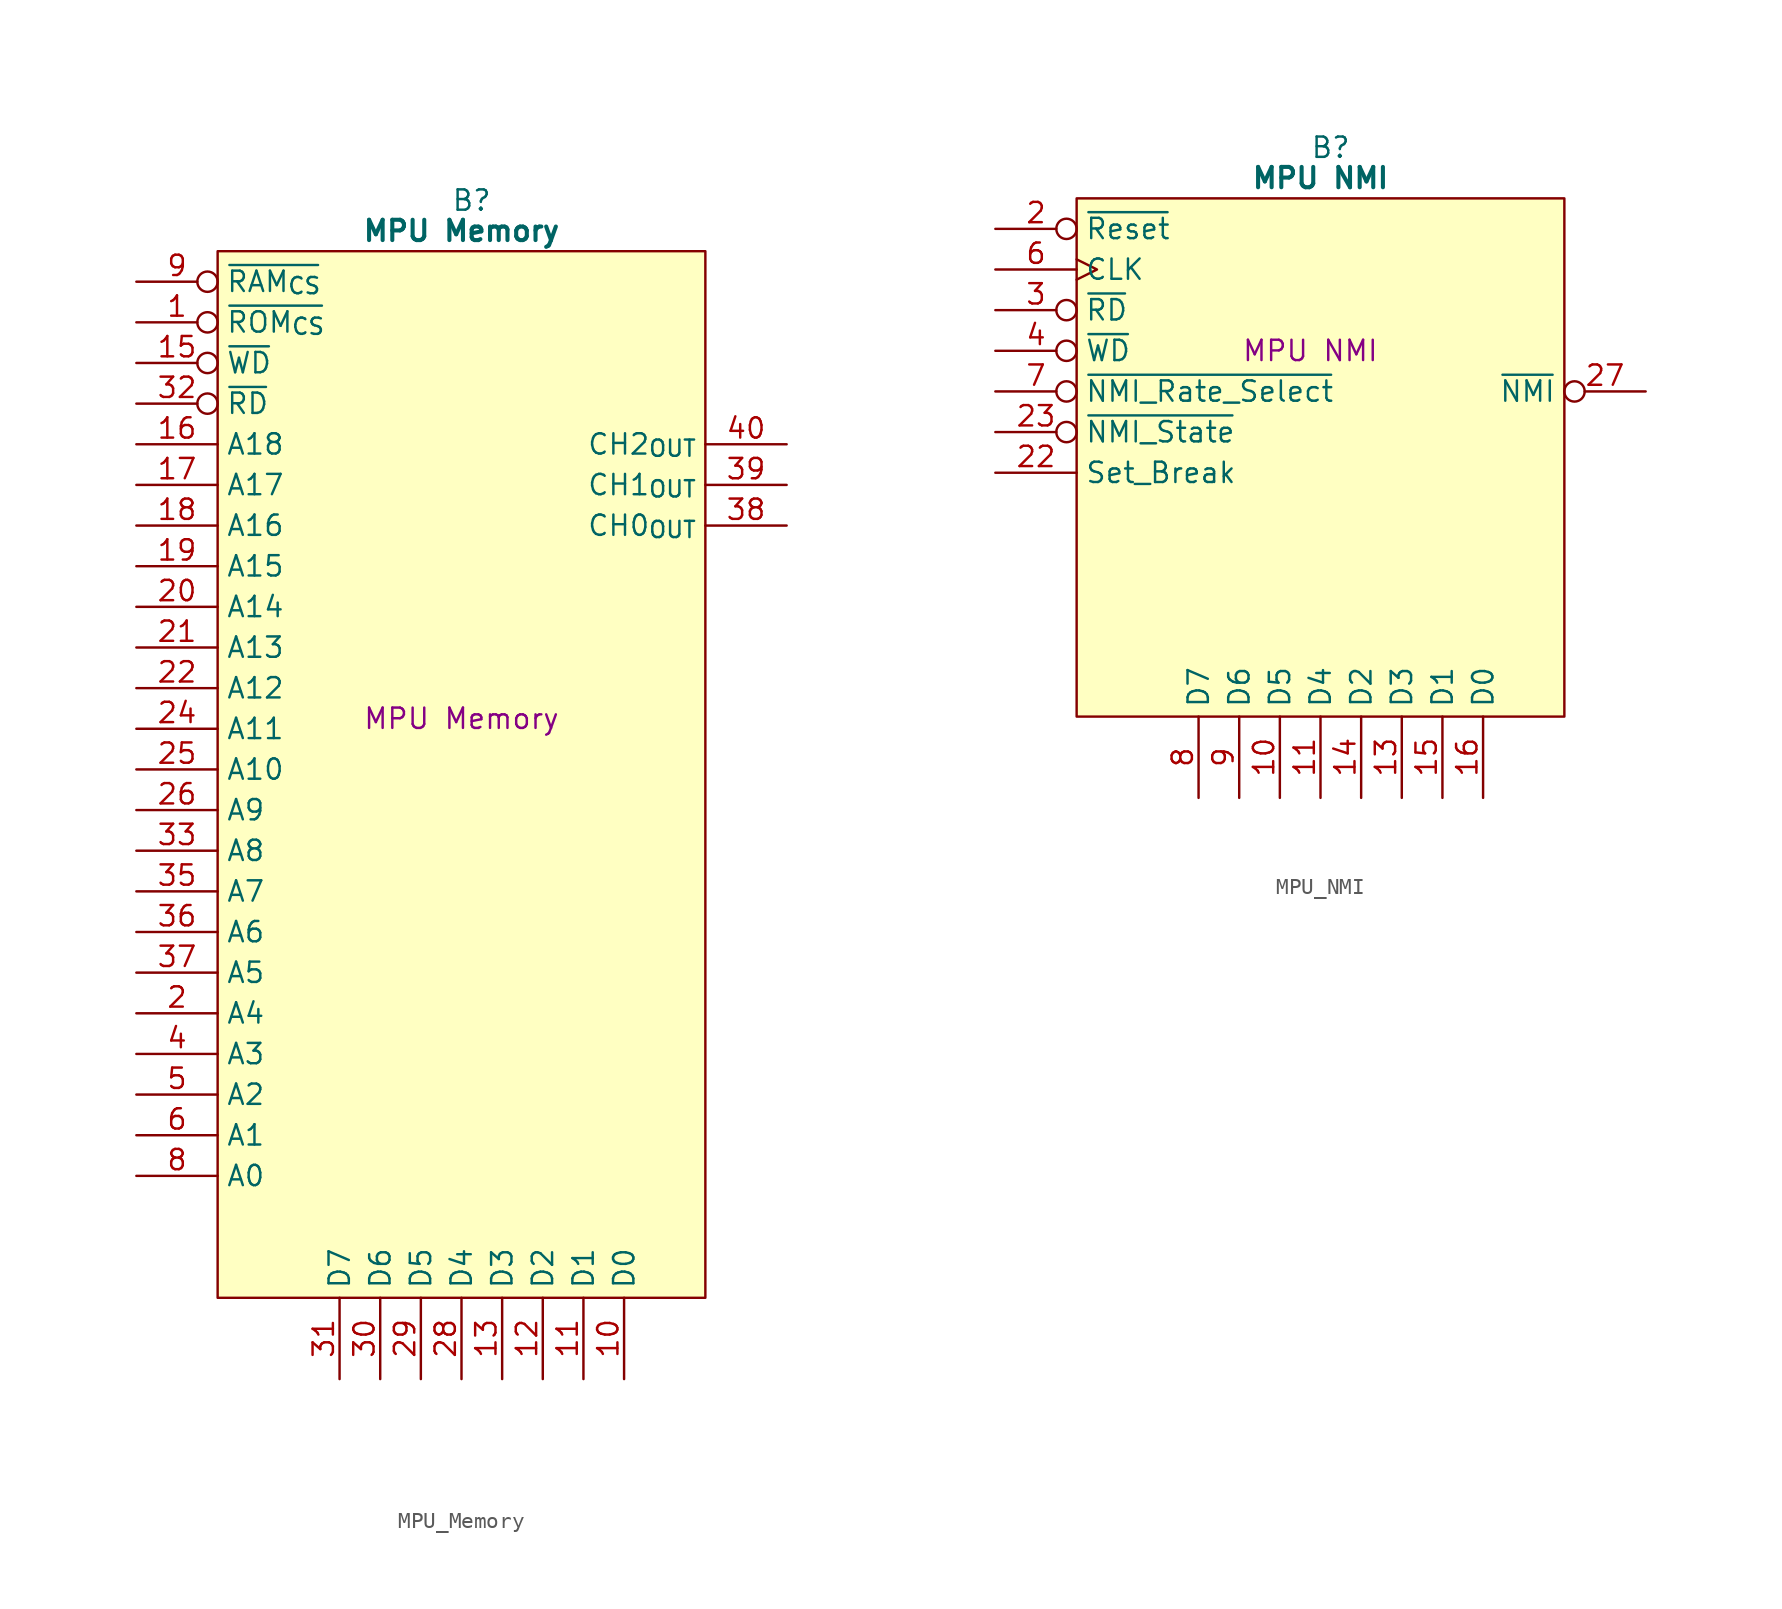
<source format=kicad_sym>
(kicad_symbol_lib
  (version 20220914)
  (generator kicad_symbol_editor)
  (symbol "MPU_Memory"
    (property "Reference" "B"
      (at 15.875 5.08 0)
      (effects (font (size 1.27 1.27))))
    (property "Value" "MPU Memory"
      (at 15.24 3.175 0)
      (effects (font (size 1.27 1.27) bold)))
    (property "Description" "MPU Memory"
      (at 15.24 -27.305 0)
      (effects (font (size 1.27 1.27))))
    (symbol "MPU_Memory_0_1"
      (polyline (pts (xy 0 1.905) (xy 30.48 1.905) (xy 30.48 -63.5) (xy 0 -63.5) (xy 0 1.905)) (stroke (width 0.152) (type default)) (fill (type background))))
    (symbol "MPU_Memory_1_0"
      (pin input inverted (at -5.08 -7.62 0) (length 5.08) (name "~{RD}" (effects (font (size 1.27 1.27)))) (number "32" (effects (font (size 1.27 1.27)))))
      (pin input line (at -5.08 -35.56 0) (length 5.08) (name "A8" (effects (font (size 1.27 1.27)))) (number "33" (effects (font (size 1.27 1.27)))))
      (pin passive line (at 35.56 -7.62 180) (length 5.08) hide (name "GND" (effects (font (size 1.27 1.27)))) (number "34" (effects (font (size 1.27 1.27)))))
      (pin input line (at -5.08 -38.1 0) (length 5.08) (name "A7" (effects (font (size 1.27 1.27)))) (number "35" (effects (font (size 1.27 1.27)))))
      (pin input line (at -5.08 -40.64 0) (length 5.08) (name "A6" (effects (font (size 1.27 1.27)))) (number "36" (effects (font (size 1.27 1.27)))))
      (pin input line (at -5.08 -43.18 0) (length 5.08) (name "A5" (effects (font (size 1.27 1.27)))) (number "37" (effects (font (size 1.27 1.27)))))
      (pin output line (at 35.56 -15.24 180) (length 5.08) (name "CH0_{OUT}" (effects (font (size 1.27 1.27)))) (number "38" (effects (font (size 1.27 1.27)))))
      (pin output line (at 35.56 -12.7 180) (length 5.08) (name "CH1_{OUT}" (effects (font (size 1.27 1.27)))) (number "39" (effects (font (size 1.27 1.27))))))
    (symbol "MPU_Memory_1_1"
      (pin input inverted (at -5.08 -2.54 0) (length 5.08) (name "~{ROM_{CS}}" (effects (font (size 1.27 1.27)))) (number "1" (effects (font (size 1.27 1.27)))))
      (pin tri_state line (at 25.4 -68.58 90) (length 5.08) (name "D0" (effects (font (size 1.27 1.27)))) (number "10" (effects (font (size 1.27 1.27)))))
      (pin tri_state line (at 22.86 -68.58 90) (length 5.08) (name "D1" (effects (font (size 1.27 1.27)))) (number "11" (effects (font (size 1.27 1.27)))))
      (pin tri_state line (at 20.32 -68.58 90) (length 5.08) (name "D2" (effects (font (size 1.27 1.27)))) (number "12" (effects (font (size 1.27 1.27)))))
      (pin tri_state line (at 17.78 -68.58 90) (length 5.08) (name "D3" (effects (font (size 1.27 1.27)))) (number "13" (effects (font (size 1.27 1.27)))))
      (pin passive line (at 35.56 -2.54 180) (length 5.08) hide (name "GND" (effects (font (size 1.27 1.27)))) (number "14" (effects (font (size 1.27 1.27)))))
      (pin input inverted (at -5.08 -5.08 0) (length 5.08) (name "~{WD}" (effects (font (size 1.27 1.27)))) (number "15" (effects (font (size 1.27 1.27)))))
      (pin input line (at -5.08 -10.16 0) (length 5.08) (name "A18" (effects (font (size 1.27 1.27)))) (number "16" (effects (font (size 1.27 1.27)))))
      (pin input line (at -5.08 -12.7 0) (length 5.08) (name "A17" (effects (font (size 1.27 1.27)))) (number "17" (effects (font (size 1.27 1.27)))))
      (pin input line (at -5.08 -15.24 0) (length 5.08) (name "A16" (effects (font (size 1.27 1.27)))) (number "18" (effects (font (size 1.27 1.27)))))
      (pin input line (at -5.08 -17.78 0) (length 5.08) (name "A15" (effects (font (size 1.27 1.27)))) (number "19" (effects (font (size 1.27 1.27)))))
      (pin input line (at -5.08 -45.72 0) (length 5.08) (name "A4" (effects (font (size 1.27 1.27)))) (number "2" (effects (font (size 1.27 1.27)))))
      (pin input line (at -5.08 -20.32 0) (length 5.08) (name "A14" (effects (font (size 1.27 1.27)))) (number "20" (effects (font (size 1.27 1.27)))))
      (pin input line (at -5.08 -22.86 0) (length 5.08) (name "A13" (effects (font (size 1.27 1.27)))) (number "21" (effects (font (size 1.27 1.27)))))
      (pin input line (at -5.08 -25.4 0) (length 5.08) (name "A12" (effects (font (size 1.27 1.27)))) (number "22" (effects (font (size 1.27 1.27)))))
      (pin passive line (at -5.08 -60.96 0) (length 5.08) hide (name "5V" (effects (font (size 1.27 1.27)))) (number "23" (effects (font (size 1.27 1.27)))))
      (pin input line (at -5.08 -27.94 0) (length 5.08) (name "A11" (effects (font (size 1.27 1.27)))) (number "24" (effects (font (size 1.27 1.27)))))
      (pin input line (at -5.08 -30.48 0) (length 5.08) (name "A10" (effects (font (size 1.27 1.27)))) (number "25" (effects (font (size 1.27 1.27)))))
      (pin input line (at -5.08 -33.02 0) (length 5.08) (name "A9" (effects (font (size 1.27 1.27)))) (number "26" (effects (font (size 1.27 1.27)))))
      (pin passive line (at 35.56 -5.08 180) (length 5.08) hide (name "GND" (effects (font (size 1.27 1.27)))) (number "27" (effects (font (size 1.27 1.27)))))
      (pin tri_state line (at 15.24 -68.58 90) (length 5.08) (name "D4" (effects (font (size 1.27 1.27)))) (number "28" (effects (font (size 1.27 1.27)))))
      (pin tri_state line (at 12.7 -68.58 90) (length 5.08) (name "D5" (effects (font (size 1.27 1.27)))) (number "29" (effects (font (size 1.27 1.27)))))
      (pin passive line (at -5.08 -58.42 0) (length 5.08) hide (name "5V" (effects (font (size 1.27 1.27)))) (number "3" (effects (font (size 1.27 1.27)))))
      (pin tri_state line (at 10.16 -68.58 90) (length 5.08) (name "D6" (effects (font (size 1.27 1.27)))) (number "30" (effects (font (size 1.27 1.27)))))
      (pin tri_state line (at 7.62 -68.58 90) (length 5.08) (name "D7" (effects (font (size 1.27 1.27)))) (number "31" (effects (font (size 1.27 1.27)))))
      (pin input line (at -5.08 -48.26 0) (length 5.08) (name "A3" (effects (font (size 1.27 1.27)))) (number "4" (effects (font (size 1.27 1.27)))))
      (pin output line (at 35.56 -10.16 180) (length 5.08) (name "CH2_{OUT}" (effects (font (size 1.27 1.27)))) (number "40" (effects (font (size 1.27 1.27)))))
      (pin input line (at -5.08 -50.8 0) (length 5.08) (name "A2" (effects (font (size 1.27 1.27)))) (number "5" (effects (font (size 1.27 1.27)))))
      (pin input line (at -5.08 -53.34 0) (length 5.08) (name "A1" (effects (font (size 1.27 1.27)))) (number "6" (effects (font (size 1.27 1.27)))))
      (pin passive line (at 35.56 0 180) (length 5.08) hide (name "GND" (effects (font (size 1.27 1.27)))) (number "7" (effects (font (size 1.27 1.27)))))
      (pin input line (at -5.08 -55.88 0) (length 5.08) (name "A0" (effects (font (size 1.27 1.27)))) (number "8" (effects (font (size 1.27 1.27)))))
      (pin input inverted (at -5.08 0 0) (length 5.08) (name "~{RAM_{CS}}" (effects (font (size 1.27 1.27)))) (number "9" (effects (font (size 1.27 1.27)))))))
  (symbol "MPU_NMI"
    (property "Reference" "B"
      (at 15.875 5.08 0)
      (effects (font (size 1.27 1.27))))
    (property "Value" "MPU NMI"
      (at 15.24 3.175 0)
      (effects (font (size 1.27 1.27) bold)))
    (property "Description" "MPU NMI"
      (at 14.605 -7.62 0)
      (effects (font (size 1.27 1.27))))
    (symbol "MPU_NMI_0_1"
      (polyline (pts (xy 0 1.905) (xy 30.48 1.905) (xy 30.48 -30.48) (xy 0 -30.48) (xy 0 1.905)) (stroke (width 0.152) (type default)) (fill (type background))))
    (symbol "MPU_NMI_1_0"
      (pin no_connect line (at 35.56 -27.94 180) (length 5.08) hide (name "N.C." (effects (font (size 1.27 1.27)))) (number "32" (effects (font (size 1.27 1.27))))))
    (symbol "MPU_NMI_1_1"
      (pin passive line (at -5.08 -25.4 0) (length 5.08) hide (name "5V" (effects (font (size 1.27 1.27)))) (number "1" (effects (font (size 1.27 1.27)))))
      (pin tri_state line (at 12.7 -35.56 90) (length 5.08) (name "D5" (effects (font (size 1.27 1.27)))) (number "10" (effects (font (size 1.27 1.27)))))
      (pin tri_state line (at 15.24 -35.56 90) (length 5.08) (name "D4" (effects (font (size 1.27 1.27)))) (number "11" (effects (font (size 1.27 1.27)))))
      (pin passive line (at 35.56 -2.54 180) (length 5.08) hide (name "GND" (effects (font (size 1.27 1.27)))) (number "12" (effects (font (size 1.27 1.27)))))
      (pin tri_state line (at 20.32 -35.56 90) (length 5.08) (name "D3" (effects (font (size 1.27 1.27)))) (number "13" (effects (font (size 1.27 1.27)))))
      (pin tri_state line (at 17.78 -35.56 90) (length 5.08) (name "D2" (effects (font (size 1.27 1.27)))) (number "14" (effects (font (size 1.27 1.27)))))
      (pin tri_state line (at 22.86 -35.56 90) (length 5.08) (name "D1" (effects (font (size 1.27 1.27)))) (number "15" (effects (font (size 1.27 1.27)))))
      (pin tri_state line (at 25.4 -35.56 90) (length 5.08) (name "D0" (effects (font (size 1.27 1.27)))) (number "16" (effects (font (size 1.27 1.27)))))
      (pin passive line (at -5.08 -27.94 0) (length 5.08) hide (name "5V" (effects (font (size 1.27 1.27)))) (number "17" (effects (font (size 1.27 1.27)))))
      (pin output line (at 35.56 -12.7 180) (length 5.08) hide (name "Watchdog" (effects (font (size 1.27 1.27)))) (number "18" (effects (font (size 1.27 1.27)))))
      (pin output line (at 35.56 -15.24 180) (length 5.08) hide (name "Break" (effects (font (size 1.27 1.27)))) (number "19" (effects (font (size 1.27 1.27)))))
      (pin input inverted (at -5.08 0 0) (length 5.08) (name "~{Reset}" (effects (font (size 1.27 1.27)))) (number "2" (effects (font (size 1.27 1.27)))))
      (pin no_connect line (at -5.08 -17.78 0) (length 5.08) hide (name "N.C." (effects (font (size 1.27 1.27)))) (number "20" (effects (font (size 1.27 1.27)))))
      (pin passive line (at 35.56 -5.08 180) (length 5.08) hide (name "GND" (effects (font (size 1.27 1.27)))) (number "21" (effects (font (size 1.27 1.27)))))
      (pin input line (at -5.08 -15.24 0) (length 5.08) (name "Set_Break" (effects (font (size 1.27 1.27)))) (number "22" (effects (font (size 1.27 1.27)))))
      (pin input inverted (at -5.08 -12.7 0) (length 5.08) (name "~{NMI_State}" (effects (font (size 1.27 1.27)))) (number "23" (effects (font (size 1.27 1.27)))))
      (pin no_connect line (at -5.08 -20.32 0) (length 5.08) hide (name "N.C." (effects (font (size 1.27 1.27)))) (number "24" (effects (font (size 1.27 1.27)))))
      (pin no_connect line (at -5.08 -22.86 0) (length 5.08) hide (name "N.C." (effects (font (size 1.27 1.27)))) (number "25" (effects (font (size 1.27 1.27)))))
      (pin no_connect line (at 35.56 -17.78 180) (length 5.08) hide (name "N.C." (effects (font (size 1.27 1.27)))) (number "26" (effects (font (size 1.27 1.27)))))
      (pin output inverted (at 35.56 -10.16 180) (length 5.08) (name "~{NMI}" (effects (font (size 1.27 1.27)))) (number "27" (effects (font (size 1.27 1.27)))))
      (pin passive line (at 35.56 -7.62 180) (length 5.08) hide (name "GND" (effects (font (size 1.27 1.27)))) (number "28" (effects (font (size 1.27 1.27)))))
      (pin no_connect line (at 35.56 -20.32 180) (length 5.08) hide (name "N.C." (effects (font (size 1.27 1.27)))) (number "29" (effects (font (size 1.27 1.27)))))
      (pin input inverted (at -5.08 -5.08 0) (length 5.08) (name "~{RD}" (effects (font (size 1.27 1.27)))) (number "3" (effects (font (size 1.27 1.27)))))
      (pin no_connect line (at 35.56 -22.86 180) (length 5.08) hide (name "N.C." (effects (font (size 1.27 1.27)))) (number "30" (effects (font (size 1.27 1.27)))))
      (pin no_connect line (at 35.56 -25.4 180) (length 5.08) hide (name "N.C." (effects (font (size 1.27 1.27)))) (number "31" (effects (font (size 1.27 1.27)))))
      (pin input inverted (at -5.08 -7.62 0) (length 5.08) (name "~{WD}" (effects (font (size 1.27 1.27)))) (number "4" (effects (font (size 1.27 1.27)))))
      (pin passive line (at 35.56 0 180) (length 5.08) hide (name "GND" (effects (font (size 1.27 1.27)))) (number "5" (effects (font (size 1.27 1.27)))))
      (pin input clock (at -5.08 -2.54 0) (length 5.08) (name "CLK" (effects (font (size 1.27 1.27)))) (number "6" (effects (font (size 1.27 1.27)))))
      (pin input inverted (at -5.08 -10.16 0) (length 5.08) (name "~{NMI_Rate_Select}" (effects (font (size 1.27 1.27)))) (number "7" (effects (font (size 1.27 1.27)))))
      (pin tri_state line (at 7.62 -35.56 90) (length 5.08) (name "D7" (effects (font (size 1.27 1.27)))) (number "8" (effects (font (size 1.27 1.27)))))
      (pin tri_state line (at 10.16 -35.56 90) (length 5.08) (name "D6" (effects (font (size 1.27 1.27)))) (number "9" (effects (font (size 1.27 1.27))))))))
</source>
